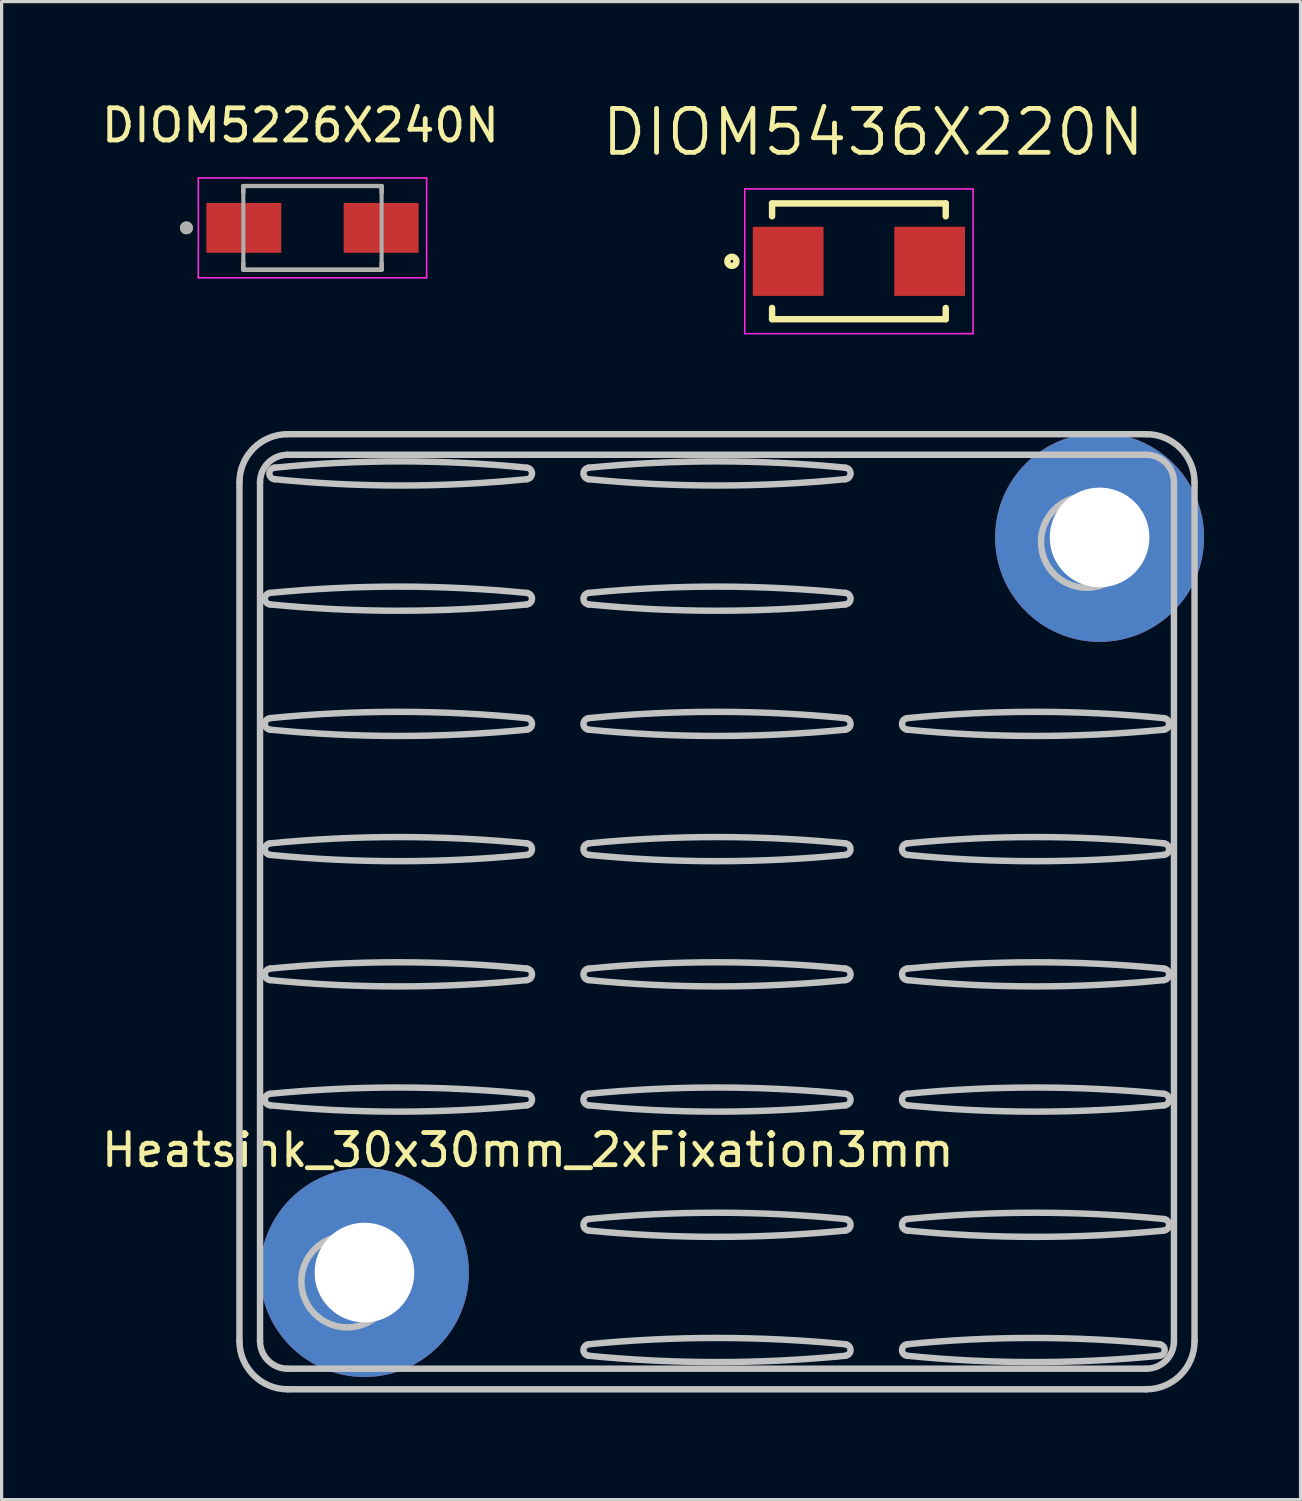
<source format=kicad_pcb>
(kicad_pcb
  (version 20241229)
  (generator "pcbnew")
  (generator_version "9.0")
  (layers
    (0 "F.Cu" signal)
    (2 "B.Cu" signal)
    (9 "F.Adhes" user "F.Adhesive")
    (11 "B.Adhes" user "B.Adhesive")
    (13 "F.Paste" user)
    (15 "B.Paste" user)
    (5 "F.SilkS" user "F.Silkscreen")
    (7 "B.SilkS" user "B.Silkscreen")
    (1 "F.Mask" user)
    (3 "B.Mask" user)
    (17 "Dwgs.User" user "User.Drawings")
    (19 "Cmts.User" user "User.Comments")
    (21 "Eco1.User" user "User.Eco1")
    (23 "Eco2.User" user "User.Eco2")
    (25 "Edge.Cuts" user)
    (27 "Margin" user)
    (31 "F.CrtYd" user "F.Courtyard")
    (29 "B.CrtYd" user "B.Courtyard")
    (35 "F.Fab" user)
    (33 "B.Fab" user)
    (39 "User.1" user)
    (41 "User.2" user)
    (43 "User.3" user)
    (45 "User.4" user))
  (footprint "DIOM5226X240N"
    (layer "F.Cu")
    (at 6.667 4.036)
    (property "Reference" "DIOM5226X240N" (at -0.375 -3.188 0) (layer "F.SilkS") (effects (font (size 1 1) (thickness 0.15))))
    (attr through_hole)
    (fp_line (start -2.15 -1.302) (end 2.15 -1.302) (stroke (width 0.127) (type solid)) (layer "F.SilkS"))
    (fp_line (start -2.15 -1.095) (end -2.15 -1.302) (stroke (width 0.127) (type solid)) (layer "F.SilkS"))
    (fp_line (start -2.15 1.302) (end -2.15 1.095) (stroke (width 0.127) (type solid)) (layer "F.SilkS"))
    (fp_line (start 2.15 -1.302) (end 2.15 -1.095) (stroke (width 0.127) (type solid)) (layer "F.SilkS"))
    (fp_line (start 2.15 1.302) (end -2.15 1.302) (stroke (width 0.127) (type solid)) (layer "F.SilkS"))
    (fp_line (start 2.15 1.302) (end 2.15 1.095) (stroke (width 0.127) (type solid)) (layer "F.SilkS"))
    (fp_circle (center -3.919 0) (end -3.819 0) (stroke (width 0.2) (type solid)) (fill no) (layer "F.SilkS"))
    (fp_line (start -3.55 -1.552) (end -3.55 1.552) (stroke (width 0.05) (type solid)) (layer "F.CrtYd"))
    (fp_line (start -3.55 1.552) (end 3.55 1.552) (stroke (width 0.05) (type solid)) (layer "F.CrtYd"))
    (fp_line (start 3.55 -1.552) (end -3.55 -1.552) (stroke (width 0.05) (type solid)) (layer "F.CrtYd"))
    (fp_line (start 3.55 1.552) (end 3.55 -1.552) (stroke (width 0.05) (type solid)) (layer "F.CrtYd"))
    (fp_line (start -2.15 -1.302) (end 2.15 -1.302) (stroke (width 0.127) (type solid)) (layer "F.Fab"))
    (fp_line (start -2.15 1.302) (end -2.15 -1.302) (stroke (width 0.127) (type solid)) (layer "F.Fab"))
    (fp_line (start 2.15 -1.302) (end 2.15 1.302) (stroke (width 0.127) (type solid)) (layer "F.Fab"))
    (fp_line (start 2.15 1.302) (end -2.15 1.302) (stroke (width 0.127) (type solid)) (layer "F.Fab"))
    (fp_circle (center -3.919 0) (end -3.819 0) (stroke (width 0.2) (type solid)) (fill no) (layer "F.Fab"))
    (pad "A" smd rect (at 2.135 0) (size 2.33 1.55) (layers "F.Cu" "F.Mask" "F.Paste"))
    (pad "C" smd rect (at -2.135 0) (size 2.33 1.55) (layers "F.Cu" "F.Mask" "F.Paste")))
  (footprint "Heatsink_30x30mm_2xFixation3mm"
    (layer "F.Cu")
    (at 4.473 40.332)
    (property "Reference" "Heatsink_30x30mm_2xFixation3mm" (at 8.89 -7.62 0) (layer "F.SilkS") (effects (font (size 1 1) (thickness 0.15))))
    (attr through_hole)
    (fp_line (start -0.077 -28.38) (end -0.077 -1.68) (stroke (width 0.2) (type solid)) (layer "Dwgs.User"))
    (fp_line (start 0.563 -28.38) (end 0.563 -1.68) (stroke (width 0.2) (type solid)) (layer "Dwgs.User"))
    (fp_line (start 1.423 -0.82) (end 28.123 -0.82) (stroke (width 0.2) (type solid)) (layer "Dwgs.User"))
    (fp_line (start 1.423 -0.18) (end 28.123 -0.18) (stroke (width 0.2) (type solid)) (layer "Dwgs.User"))
    (fp_line (start 28.123 -29.88) (end 1.423 -29.88) (stroke (width 0.2) (type solid)) (layer "Dwgs.User"))
    (fp_line (start 28.123 -29.24) (end 1.423 -29.24) (stroke (width 0.2) (type solid)) (layer "Dwgs.User"))
    (fp_line (start 28.983 -1.68) (end 28.983 -28.38) (stroke (width 0.2) (type solid)) (layer "Dwgs.User"))
    (fp_line (start 29.623 -1.68) (end 29.623 -28.38) (stroke (width 0.2) (type solid)) (layer "Dwgs.User"))
    (fp_arc (start -0.077023 -28.380326) (mid 0.362317 -29.440986) (end 1.422977 -29.880326) (stroke (width 0.2) (type solid)) (layer "Dwgs.User"))
    (fp_arc (start 0.562977 -28.380326) (mid 0.814865 -28.988438) (end 1.422977 -29.240326) (stroke (width 0.2) (type solid)) (layer "Dwgs.User"))
    (fp_arc (start 0.87635 -24.944461) (mid 4.866977 -25.140326) (end 8.857604 -24.944461) (stroke (width 0.2) (type solid)) (layer "Dwgs.User"))
    (fp_arc (start 0.87635 -24.586191) (mid 0.713977 -24.765326) (end 0.87635 -24.944461) (stroke (width 0.2) (type solid)) (layer "Dwgs.User"))
    (fp_arc (start 0.87635 -21.050461) (mid 4.866977 -21.246326) (end 8.857604 -21.050461) (stroke (width 0.2) (type solid)) (layer "Dwgs.User"))
    (fp_arc (start 0.87635 -20.692191) (mid 0.713977 -20.871326) (end 0.87635 -21.050461) (stroke (width 0.2) (type solid)) (layer "Dwgs.User"))
    (fp_arc (start 0.87635 -17.156461) (mid 4.866977 -17.352326) (end 8.857604 -17.156461) (stroke (width 0.2) (type solid)) (layer "Dwgs.User"))
    (fp_arc (start 0.87635 -16.798191) (mid 0.713977 -16.977326) (end 0.87635 -17.156461) (stroke (width 0.2) (type solid)) (layer "Dwgs.User"))
    (fp_arc (start 0.87635 -13.262461) (mid 4.866977 -13.458326) (end 8.857604 -13.262461) (stroke (width 0.2) (type solid)) (layer "Dwgs.User"))
    (fp_arc (start 0.87635 -12.904191) (mid 0.713977 -13.083326) (end 0.87635 -13.262461) (stroke (width 0.2) (type solid)) (layer "Dwgs.User"))
    (fp_arc (start 0.87635 -9.368461) (mid 4.866977 -9.564326) (end 8.857604 -9.368461) (stroke (width 0.2) (type solid)) (layer "Dwgs.User"))
    (fp_arc (start 0.87635 -9.010191) (mid 0.713977 -9.189326) (end 0.87635 -9.368461) (stroke (width 0.2) (type solid)) (layer "Dwgs.User"))
    (fp_arc (start 1.014762 -28.838461) (mid 4.936183 -29.034387) (end 8.857604 -28.838461) (stroke (width 0.2) (type solid)) (layer "Dwgs.User"))
    (fp_arc (start 1.014762 -28.480191) (mid 0.852389 -28.659326) (end 1.014762 -28.838461) (stroke (width 0.2) (type solid)) (layer "Dwgs.User"))
    (fp_arc (start 1.422977 -0.820326) (mid 0.814865 -1.072214) (end 0.562977 -1.680326) (stroke (width 0.2) (type solid)) (layer "Dwgs.User"))
    (fp_arc (start 1.422977 -0.180326) (mid 0.362317 -0.619666) (end -0.077023 -1.680326) (stroke (width 0.2) (type solid)) (layer "Dwgs.User"))
    (fp_arc (start 8.857604 -28.838461) (mid 9.019977 -28.659326) (end 8.857604 -28.480191) (stroke (width 0.2) (type solid)) (layer "Dwgs.User"))
    (fp_arc (start 8.857604 -28.480191) (mid 4.936183 -28.284265) (end 1.014762 -28.480191) (stroke (width 0.2) (type solid)) (layer "Dwgs.User"))
    (fp_arc (start 8.857604 -24.944461) (mid 9.019977 -24.765326) (end 8.857604 -24.586191) (stroke (width 0.2) (type solid)) (layer "Dwgs.User"))
    (fp_arc (start 8.857604 -24.586191) (mid 4.866977 -24.390326) (end 0.87635 -24.586191) (stroke (width 0.2) (type solid)) (layer "Dwgs.User"))
    (fp_arc (start 8.857604 -21.050461) (mid 9.019977 -20.871326) (end 8.857604 -20.692191) (stroke (width 0.2) (type solid)) (layer "Dwgs.User"))
    (fp_arc (start 8.857604 -20.692191) (mid 4.866977 -20.496326) (end 0.87635 -20.692191) (stroke (width 0.2) (type solid)) (layer "Dwgs.User"))
    (fp_arc (start 8.857604 -17.156461) (mid 9.019977 -16.977326) (end 8.857604 -16.798191) (stroke (width 0.2) (type solid)) (layer "Dwgs.User"))
    (fp_arc (start 8.857604 -16.798191) (mid 4.866977 -16.602326) (end 0.87635 -16.798191) (stroke (width 0.2) (type solid)) (layer "Dwgs.User"))
    (fp_arc (start 8.857604 -13.262461) (mid 9.019977 -13.083326) (end 8.857604 -12.904191) (stroke (width 0.2) (type solid)) (layer "Dwgs.User"))
    (fp_arc (start 8.857604 -12.904191) (mid 4.866977 -12.708326) (end 0.87635 -12.904191) (stroke (width 0.2) (type solid)) (layer "Dwgs.User"))
    (fp_arc (start 8.857604 -9.368461) (mid 9.019977 -9.189326) (end 8.857604 -9.010191) (stroke (width 0.2) (type solid)) (layer "Dwgs.User"))
    (fp_arc (start 8.857604 -9.010191) (mid 4.866977 -8.814326) (end 0.87635 -9.010191) (stroke (width 0.2) (type solid)) (layer "Dwgs.User"))
    (fp_arc (start 10.78235 -28.838461) (mid 14.772977 -29.034326) (end 18.763604 -28.838461) (stroke (width 0.2) (type solid)) (layer "Dwgs.User"))
    (fp_arc (start 10.78235 -28.480191) (mid 10.619977 -28.659326) (end 10.78235 -28.838461) (stroke (width 0.2) (type solid)) (layer "Dwgs.User"))
    (fp_arc (start 10.78235 -24.944461) (mid 14.772977 -25.140326) (end 18.763604 -24.944461) (stroke (width 0.2) (type solid)) (layer "Dwgs.User"))
    (fp_arc (start 10.78235 -24.586191) (mid 10.619977 -24.765326) (end 10.78235 -24.944461) (stroke (width 0.2) (type solid)) (layer "Dwgs.User"))
    (fp_arc (start 10.78235 -21.050461) (mid 14.772977 -21.246326) (end 18.763604 -21.050461) (stroke (width 0.2) (type solid)) (layer "Dwgs.User"))
    (fp_arc (start 10.78235 -20.692191) (mid 10.619977 -20.871326) (end 10.78235 -21.050461) (stroke (width 0.2) (type solid)) (layer "Dwgs.User"))
    (fp_arc (start 10.78235 -17.156461) (mid 14.772977 -17.352326) (end 18.763604 -17.156461) (stroke (width 0.2) (type solid)) (layer "Dwgs.User"))
    (fp_arc (start 10.78235 -16.798191) (mid 10.619977 -16.977326) (end 10.78235 -17.156461) (stroke (width 0.2) (type solid)) (layer "Dwgs.User"))
    (fp_arc (start 10.78235 -13.262461) (mid 14.772977 -13.458326) (end 18.763604 -13.262461) (stroke (width 0.2) (type solid)) (layer "Dwgs.User"))
    (fp_arc (start 10.78235 -12.904191) (mid 10.619977 -13.083326) (end 10.78235 -13.262461) (stroke (width 0.2) (type solid)) (layer "Dwgs.User"))
    (fp_arc (start 10.78235 -9.368461) (mid 14.772977 -9.564326) (end 18.763604 -9.368461) (stroke (width 0.2) (type solid)) (layer "Dwgs.User"))
    (fp_arc (start 10.78235 -9.010191) (mid 10.619977 -9.189326) (end 10.78235 -9.368461) (stroke (width 0.2) (type solid)) (layer "Dwgs.User"))
    (fp_arc (start 10.78235 -5.474461) (mid 14.772977 -5.670326) (end 18.763604 -5.474461) (stroke (width 0.2) (type solid)) (layer "Dwgs.User"))
    (fp_arc (start 10.78235 -5.116191) (mid 10.619977 -5.295326) (end 10.78235 -5.474461) (stroke (width 0.2) (type solid)) (layer "Dwgs.User"))
    (fp_arc (start 10.78235 -1.580461) (mid 14.772977 -1.776326) (end 18.763604 -1.580461) (stroke (width 0.2) (type solid)) (layer "Dwgs.User"))
    (fp_arc (start 10.78235 -1.222191) (mid 10.619977 -1.401326) (end 10.78235 -1.580461) (stroke (width 0.2) (type solid)) (layer "Dwgs.User"))
    (fp_arc (start 18.763604 -28.838461) (mid 18.925977 -28.659326) (end 18.763604 -28.480191) (stroke (width 0.2) (type solid)) (layer "Dwgs.User"))
    (fp_arc (start 18.763604 -28.480191) (mid 14.772977 -28.284326) (end 10.78235 -28.480191) (stroke (width 0.2) (type solid)) (layer "Dwgs.User"))
    (fp_arc (start 18.763604 -24.944461) (mid 18.925977 -24.765326) (end 18.763604 -24.586191) (stroke (width 0.2) (type solid)) (layer "Dwgs.User"))
    (fp_arc (start 18.763604 -24.586191) (mid 14.772977 -24.390326) (end 10.78235 -24.586191) (stroke (width 0.2) (type solid)) (layer "Dwgs.User"))
    (fp_arc (start 18.763604 -21.050461) (mid 18.925977 -20.871326) (end 18.763604 -20.692191) (stroke (width 0.2) (type solid)) (layer "Dwgs.User"))
    (fp_arc (start 18.763604 -20.692191) (mid 14.772977 -20.496326) (end 10.78235 -20.692191) (stroke (width 0.2) (type solid)) (layer "Dwgs.User"))
    (fp_arc (start 18.763604 -17.156461) (mid 18.925977 -16.977326) (end 18.763604 -16.798191) (stroke (width 0.2) (type solid)) (layer "Dwgs.User"))
    (fp_arc (start 18.763604 -16.798191) (mid 14.772977 -16.602326) (end 10.78235 -16.798191) (stroke (width 0.2) (type solid)) (layer "Dwgs.User"))
    (fp_arc (start 18.763604 -13.262461) (mid 18.925977 -13.083326) (end 18.763604 -12.904191) (stroke (width 0.2) (type solid)) (layer "Dwgs.User"))
    (fp_arc (start 18.763604 -12.904191) (mid 14.772977 -12.708326) (end 10.78235 -12.904191) (stroke (width 0.2) (type solid)) (layer "Dwgs.User"))
    (fp_arc (start 18.763604 -9.368461) (mid 18.925977 -9.189326) (end 18.763604 -9.010191) (stroke (width 0.2) (type solid)) (layer "Dwgs.User"))
    (fp_arc (start 18.763604 -9.010191) (mid 14.772977 -8.814326) (end 10.78235 -9.010191) (stroke (width 0.2) (type solid)) (layer "Dwgs.User"))
    (fp_arc (start 18.763604 -5.474461) (mid 18.925977 -5.295326) (end 18.763604 -5.116191) (stroke (width 0.2) (type solid)) (layer "Dwgs.User"))
    (fp_arc (start 18.763604 -5.116191) (mid 14.772977 -4.920326) (end 10.78235 -5.116191) (stroke (width 0.2) (type solid)) (layer "Dwgs.User"))
    (fp_arc (start 18.763604 -1.580461) (mid 18.925977 -1.401326) (end 18.763604 -1.222191) (stroke (width 0.2) (type solid)) (layer "Dwgs.User"))
    (fp_arc (start 18.763604 -1.222191) (mid 14.772977 -1.026326) (end 10.78235 -1.222191) (stroke (width 0.2) (type solid)) (layer "Dwgs.User"))
    (fp_arc (start 20.68835 -21.050461) (mid 24.678977 -21.246326) (end 28.669604 -21.050461) (stroke (width 0.2) (type solid)) (layer "Dwgs.User"))
    (fp_arc (start 20.68835 -20.692191) (mid 20.525977 -20.871326) (end 20.68835 -21.050461) (stroke (width 0.2) (type solid)) (layer "Dwgs.User"))
    (fp_arc (start 20.68835 -17.156461) (mid 24.678977 -17.352326) (end 28.669604 -17.156461) (stroke (width 0.2) (type solid)) (layer "Dwgs.User"))
    (fp_arc (start 20.68835 -16.798191) (mid 20.525977 -16.977326) (end 20.68835 -17.156461) (stroke (width 0.2) (type solid)) (layer "Dwgs.User"))
    (fp_arc (start 20.68835 -13.262461) (mid 24.678977 -13.458326) (end 28.669604 -13.262461) (stroke (width 0.2) (type solid)) (layer "Dwgs.User"))
    (fp_arc (start 20.68835 -12.904191) (mid 20.525977 -13.083326) (end 20.68835 -13.262461) (stroke (width 0.2) (type solid)) (layer "Dwgs.User"))
    (fp_arc (start 20.68835 -9.368461) (mid 24.678977 -9.564326) (end 28.669604 -9.368461) (stroke (width 0.2) (type solid)) (layer "Dwgs.User"))
    (fp_arc (start 20.68835 -9.010191) (mid 20.525977 -9.189326) (end 20.68835 -9.368461) (stroke (width 0.2) (type solid)) (layer "Dwgs.User"))
    (fp_arc (start 20.68835 -5.474461) (mid 24.678977 -5.670326) (end 28.669604 -5.474461) (stroke (width 0.2) (type solid)) (layer "Dwgs.User"))
    (fp_arc (start 20.68835 -5.116191) (mid 20.525977 -5.295326) (end 20.68835 -5.474461) (stroke (width 0.2) (type solid)) (layer "Dwgs.User"))
    (fp_arc (start 20.68835 -1.580461) (mid 24.609771 -1.776387) (end 28.531192 -1.580461) (stroke (width 0.2) (type solid)) (layer "Dwgs.User"))
    (fp_arc (start 20.68835 -1.222191) (mid 20.525977 -1.401326) (end 20.68835 -1.580461) (stroke (width 0.2) (type solid)) (layer "Dwgs.User"))
    (fp_arc (start 28.122977 -29.880326) (mid 29.183637 -29.440986) (end 29.622977 -28.380326) (stroke (width 0.2) (type solid)) (layer "Dwgs.User"))
    (fp_arc (start 28.122977 -29.240326) (mid 28.731089 -28.988438) (end 28.982977 -28.380326) (stroke (width 0.2) (type solid)) (layer "Dwgs.User"))
    (fp_arc (start 28.531192 -1.580461) (mid 28.693565 -1.401326) (end 28.531192 -1.222191) (stroke (width 0.2) (type solid)) (layer "Dwgs.User"))
    (fp_arc (start 28.531192 -1.222191) (mid 24.609771 -1.026265) (end 20.68835 -1.222191) (stroke (width 0.2) (type solid)) (layer "Dwgs.User"))
    (fp_arc (start 28.669604 -21.050461) (mid 28.831977 -20.871326) (end 28.669604 -20.692191) (stroke (width 0.2) (type solid)) (layer "Dwgs.User"))
    (fp_arc (start 28.669604 -20.692191) (mid 24.678977 -20.496326) (end 20.68835 -20.692191) (stroke (width 0.2) (type solid)) (layer "Dwgs.User"))
    (fp_arc (start 28.669604 -17.156461) (mid 28.831977 -16.977326) (end 28.669604 -16.798191) (stroke (width 0.2) (type solid)) (layer "Dwgs.User"))
    (fp_arc (start 28.669604 -16.798191) (mid 24.678977 -16.602326) (end 20.68835 -16.798191) (stroke (width 0.2) (type solid)) (layer "Dwgs.User"))
    (fp_arc (start 28.669604 -13.262461) (mid 28.831977 -13.083326) (end 28.669604 -12.904191) (stroke (width 0.2) (type solid)) (layer "Dwgs.User"))
    (fp_arc (start 28.669604 -12.904191) (mid 24.678977 -12.708326) (end 20.68835 -12.904191) (stroke (width 0.2) (type solid)) (layer "Dwgs.User"))
    (fp_arc (start 28.669604 -9.368461) (mid 28.831977 -9.189326) (end 28.669604 -9.010191) (stroke (width 0.2) (type solid)) (layer "Dwgs.User"))
    (fp_arc (start 28.669604 -9.010191) (mid 24.678977 -8.814326) (end 20.68835 -9.010191) (stroke (width 0.2) (type solid)) (layer "Dwgs.User"))
    (fp_arc (start 28.669604 -5.474461) (mid 28.831977 -5.295326) (end 28.669604 -5.116191) (stroke (width 0.2) (type solid)) (layer "Dwgs.User"))
    (fp_arc (start 28.669604 -5.116191) (mid 24.678977 -4.920326) (end 20.68835 -5.116191) (stroke (width 0.2) (type solid)) (layer "Dwgs.User"))
    (fp_arc (start 28.982977 -1.680326) (mid 28.731089 -1.072214) (end 28.122977 -0.820326) (stroke (width 0.2) (type solid)) (layer "Dwgs.User"))
    (fp_arc (start 29.622977 -1.680326) (mid 29.183637 -0.619666) (end 28.122977 -0.180326) (stroke (width 0.2) (type solid)) (layer "Dwgs.User"))
    (fp_circle (center 3.273 -3.53) (end 4.698 -3.53) (stroke (width 0.2) (type solid)) (fill no) (layer "Dwgs.User"))
    (fp_circle (center 26.273 -26.53) (end 27.698 -26.53) (stroke (width 0.2) (type solid)) (fill no) (layer "Dwgs.User"))
    (pad "1" thru_hole circle (at 3.81 -3.81) (size 6.497 6.497) (drill 3.099) (layers "*.Cu" "*.Mask"))
    (pad "1" thru_hole circle (at 26.67 -26.67) (size 6.497 6.497) (drill 3.099) (layers "*.Cu" "*.Mask")))
  (footprint "DIOM5436X220N"
    (layer "F.Cu")
    (at 23.659 5.076)
    (property "Reference" "DIOM5436X220N" (at 0.445 -4.013 0) (layer "F.SilkS") (effects (font (size 1.367 1.367) (thickness 0.15))))
    (attr through_hole)
    (fp_line (start -2.7 -1.8) (end -2.7 -1.4) (stroke (width 0.2) (type solid)) (layer "F.SilkS"))
    (fp_line (start -2.7 -1.8) (end 2.7 -1.8) (stroke (width 0.2) (type solid)) (layer "F.SilkS"))
    (fp_line (start -2.7 1.8) (end -2.7 1.45) (stroke (width 0.2) (type solid)) (layer "F.SilkS"))
    (fp_line (start -2.7 1.8) (end 2.7 1.8) (stroke (width 0.2) (type solid)) (layer "F.SilkS"))
    (fp_line (start 2.7 -1.8) (end 2.7 -1.4) (stroke (width 0.2) (type solid)) (layer "F.SilkS"))
    (fp_line (start 2.7 1.8) (end 2.7 1.45) (stroke (width 0.2) (type solid)) (layer "F.SilkS"))
    (fp_circle (center -3.95 0) (end -3.809 0) (stroke (width 0.2) (type solid)) (fill no) (layer "F.SilkS"))
    (fp_line (start -3.55 -2.25) (end 3.55 -2.25) (stroke (width 0.05) (type solid)) (layer "F.CrtYd"))
    (fp_line (start -3.55 2.25) (end -3.55 -2.25) (stroke (width 0.05) (type solid)) (layer "F.CrtYd"))
    (fp_line (start 3.55 -2.25) (end 3.55 2.25) (stroke (width 0.05) (type solid)) (layer "F.CrtYd"))
    (fp_line (start 3.55 2.25) (end -3.55 2.25) (stroke (width 0.05) (type solid)) (layer "F.CrtYd"))
    (pad "A" smd rect (at 2.2 0) (size 2.2 2.15) (layers "F.Cu" "F.Mask" "F.Paste"))
    (pad "C" smd rect (at -2.2 0) (size 2.2 2.15) (layers "F.Cu" "F.Mask" "F.Paste")))
  (gr_rect
    (start -3 -3)
    (end 37.392 43.582)
    (stroke (width 0.1) (type default))
    (fill no)
    (layer "Edge.Cuts")))
</source>
